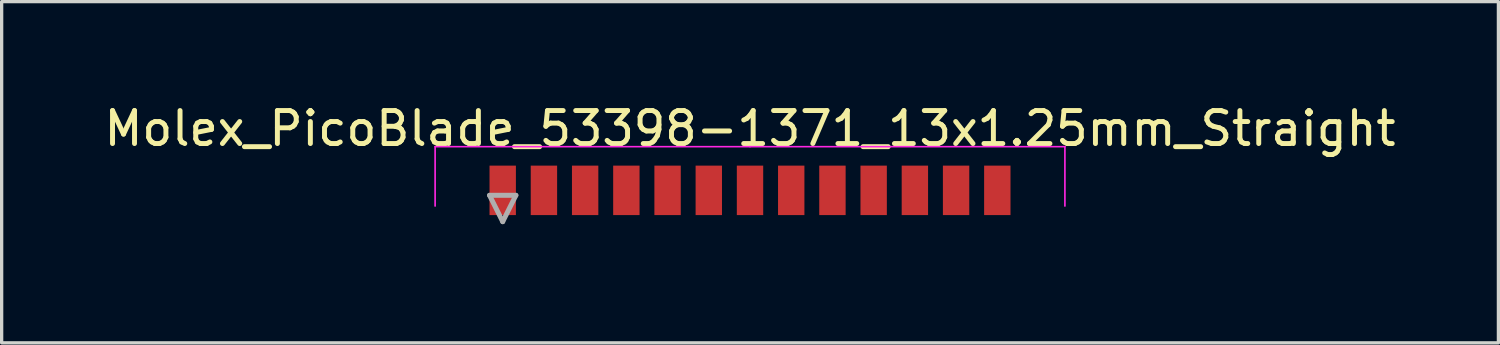
<source format=kicad_pcb>
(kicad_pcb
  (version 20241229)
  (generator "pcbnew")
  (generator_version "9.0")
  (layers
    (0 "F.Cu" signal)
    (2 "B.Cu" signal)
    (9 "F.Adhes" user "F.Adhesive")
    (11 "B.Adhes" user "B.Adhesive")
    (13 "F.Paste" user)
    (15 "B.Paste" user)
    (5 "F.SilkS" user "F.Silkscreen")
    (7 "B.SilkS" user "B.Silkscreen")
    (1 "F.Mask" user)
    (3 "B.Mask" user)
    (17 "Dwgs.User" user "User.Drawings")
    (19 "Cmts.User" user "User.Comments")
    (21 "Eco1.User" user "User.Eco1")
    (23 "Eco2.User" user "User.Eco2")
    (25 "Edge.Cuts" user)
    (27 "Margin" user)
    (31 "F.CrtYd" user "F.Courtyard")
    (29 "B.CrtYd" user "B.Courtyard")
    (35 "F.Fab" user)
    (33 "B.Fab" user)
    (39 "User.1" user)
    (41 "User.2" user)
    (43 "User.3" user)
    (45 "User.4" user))
  (footprint "Molex_PicoBlade_53398-1371_13x1.25mm_Straight"
    (layer "F.Cu")
    (at 19.696 4.098)
    (property "Reference" "Molex_PicoBlade_53398-1371_13x1.25mm_Straight" (at 0 -3.25 0) (layer "F.SilkS") (effects (font (size 1 1) (thickness 0.15))))
    (attr smd)
    (fp_line (start -9.55 -2.7) (end -9.55 -0.9) (stroke (width 0.05) (type solid)) (layer "F.CrtYd"))
    (fp_line (start 0 -2.7) (end -9.55 -2.7) (stroke (width 0.05) (type solid)) (layer "F.CrtYd"))
    (fp_line (start 0 -2.7) (end 9.55 -2.7) (stroke (width 0.05) (type solid)) (layer "F.CrtYd"))
    (fp_line (start 9.55 -2.7) (end 9.55 -0.9) (stroke (width 0.05) (type solid)) (layer "F.CrtYd"))
    (fp_line (start -7.9 -1.225) (end -7.5 -0.425) (stroke (width 0.15) (type solid)) (layer "F.Fab"))
    (fp_line (start -7.5 -0.425) (end -7.1 -1.225) (stroke (width 0.15) (type solid)) (layer "F.Fab"))
    (fp_line (start -7.1 -1.225) (end -7.9 -1.225) (stroke (width 0.15) (type solid)) (layer "F.Fab"))
    (pad "1" smd rect (at -7.5 -1.375) (size 0.8 1.5) (layers "F.Cu" "F.Mask" "F.Paste"))
    (pad "2" smd rect (at -6.25 -1.375) (size 0.8 1.5) (layers "F.Cu" "F.Mask" "F.Paste"))
    (pad "3" smd rect (at -5 -1.375) (size 0.8 1.5) (layers "F.Cu" "F.Mask" "F.Paste"))
    (pad "4" smd rect (at -3.75 -1.375) (size 0.8 1.5) (layers "F.Cu" "F.Mask" "F.Paste"))
    (pad "5" smd rect (at -2.5 -1.375) (size 0.8 1.5) (layers "F.Cu" "F.Mask" "F.Paste"))
    (pad "6" smd rect (at -1.25 -1.375) (size 0.8 1.5) (layers "F.Cu" "F.Mask" "F.Paste"))
    (pad "7" smd rect (at 0 -1.375) (size 0.8 1.5) (layers "F.Cu" "F.Mask" "F.Paste"))
    (pad "8" smd rect (at 1.25 -1.375) (size 0.8 1.5) (layers "F.Cu" "F.Mask" "F.Paste"))
    (pad "9" smd rect (at 2.5 -1.375) (size 0.8 1.5) (layers "F.Cu" "F.Mask" "F.Paste"))
    (pad "10" smd rect (at 3.75 -1.375) (size 0.8 1.5) (layers "F.Cu" "F.Mask" "F.Paste"))
    (pad "11" smd rect (at 5 -1.375) (size 0.8 1.5) (layers "F.Cu" "F.Mask" "F.Paste"))
    (pad "12" smd rect (at 6.25 -1.375) (size 0.8 1.5) (layers "F.Cu" "F.Mask" "F.Paste"))
    (pad "13" smd rect (at 7.5 -1.375) (size 0.8 1.5) (layers "F.Cu" "F.Mask" "F.Paste")))
  (gr_rect
    (start -3 -3)
    (end 42.393 7.348)
    (stroke (width 0.1) (type default))
    (fill no)
    (layer "Edge.Cuts")))
</source>
